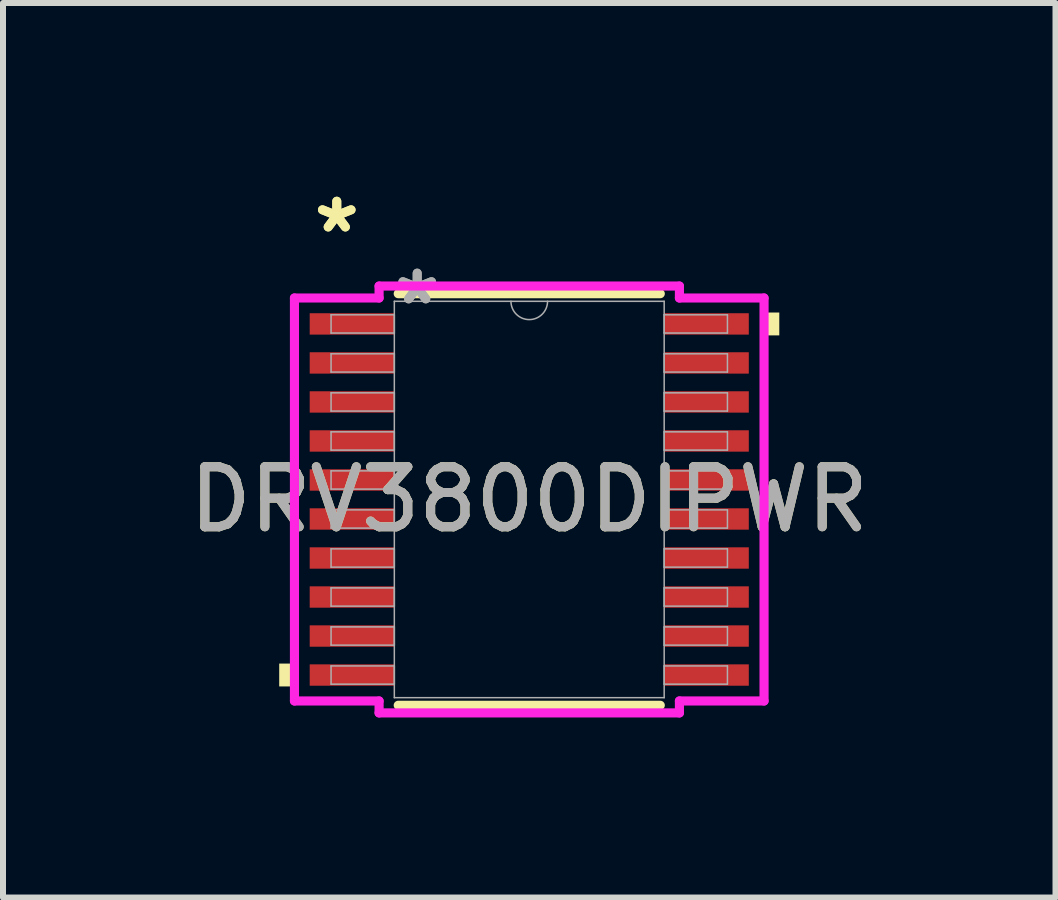
<source format=kicad_pcb>
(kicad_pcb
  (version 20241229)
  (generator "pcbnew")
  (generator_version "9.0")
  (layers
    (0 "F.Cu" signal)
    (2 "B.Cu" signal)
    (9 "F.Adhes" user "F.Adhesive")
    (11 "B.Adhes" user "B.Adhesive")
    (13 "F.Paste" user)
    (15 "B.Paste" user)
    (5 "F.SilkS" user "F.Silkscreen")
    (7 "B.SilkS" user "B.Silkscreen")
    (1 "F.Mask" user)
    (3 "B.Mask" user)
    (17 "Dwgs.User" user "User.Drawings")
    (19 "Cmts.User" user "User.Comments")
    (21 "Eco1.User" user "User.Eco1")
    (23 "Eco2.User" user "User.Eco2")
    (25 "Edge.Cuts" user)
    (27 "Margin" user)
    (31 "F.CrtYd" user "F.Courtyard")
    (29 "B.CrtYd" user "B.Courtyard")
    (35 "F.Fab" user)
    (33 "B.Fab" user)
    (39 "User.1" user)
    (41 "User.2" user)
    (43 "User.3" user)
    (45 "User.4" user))
  (footprint "DRV3800DIPWR"
    (layer "F.Cu")
    (at 5.768 5.272)
    (property "Reference" "DRV3800DIPWR" (at 0 0 0) (unlocked yes) (layer "F.SilkS") (effects (font (size 1 1) (thickness 0.15))))
    (attr smd)
    (fp_line (start -2.183 3.429) (end 2.183 3.429) (stroke (width 0.152) (type solid)) (layer "F.SilkS"))
    (fp_line (start 2.183 -3.429) (end -2.183 -3.429) (stroke (width 0.152) (type solid)) (layer "F.SilkS"))
    (fp_poly (pts (xy -4.166 2.734) (xy -4.166 3.115) (xy -3.912 3.115) (xy -3.912 2.734)) (stroke (width 0) (type solid)) (fill yes) (layer "F.SilkS"))
    (fp_poly (pts (xy 4.166 -3.115) (xy 4.166 -2.734) (xy 3.912 -2.734) (xy 3.912 -3.115)) (stroke (width 0) (type solid)) (fill yes) (layer "F.SilkS"))
    (fp_line (start -3.912 -3.357) (end -2.502 -3.357) (stroke (width 0.152) (type solid)) (layer "F.CrtYd"))
    (fp_line (start -3.912 3.357) (end -3.912 -3.357) (stroke (width 0.152) (type solid)) (layer "F.CrtYd"))
    (fp_line (start -3.912 3.357) (end -2.502 3.357) (stroke (width 0.152) (type solid)) (layer "F.CrtYd"))
    (fp_line (start -2.502 -3.556) (end 2.502 -3.556) (stroke (width 0.152) (type solid)) (layer "F.CrtYd"))
    (fp_line (start -2.502 -3.357) (end -2.502 -3.556) (stroke (width 0.152) (type solid)) (layer "F.CrtYd"))
    (fp_line (start -2.502 3.556) (end -2.502 3.357) (stroke (width 0.152) (type solid)) (layer "F.CrtYd"))
    (fp_line (start 2.502 -3.556) (end 2.502 -3.357) (stroke (width 0.152) (type solid)) (layer "F.CrtYd"))
    (fp_line (start 2.502 3.357) (end 2.502 3.556) (stroke (width 0.152) (type solid)) (layer "F.CrtYd"))
    (fp_line (start 2.502 3.556) (end -2.502 3.556) (stroke (width 0.152) (type solid)) (layer "F.CrtYd"))
    (fp_line (start 3.912 -3.357) (end 2.502 -3.357) (stroke (width 0.152) (type solid)) (layer "F.CrtYd"))
    (fp_line (start 3.912 -3.357) (end 3.912 3.357) (stroke (width 0.152) (type solid)) (layer "F.CrtYd"))
    (fp_line (start 3.912 3.357) (end 2.502 3.357) (stroke (width 0.152) (type solid)) (layer "F.CrtYd"))
    (fp_line (start -3.302 -3.077) (end -3.302 -2.773) (stroke (width 0.025) (type solid)) (layer "F.Fab"))
    (fp_line (start -3.302 -2.773) (end -2.248 -2.773) (stroke (width 0.025) (type solid)) (layer "F.Fab"))
    (fp_line (start -3.302 -2.427) (end -3.302 -2.123) (stroke (width 0.025) (type solid)) (layer "F.Fab"))
    (fp_line (start -3.302 -2.123) (end -2.248 -2.123) (stroke (width 0.025) (type solid)) (layer "F.Fab"))
    (fp_line (start -3.302 -1.777) (end -3.302 -1.473) (stroke (width 0.025) (type solid)) (layer "F.Fab"))
    (fp_line (start -3.302 -1.473) (end -2.248 -1.473) (stroke (width 0.025) (type solid)) (layer "F.Fab"))
    (fp_line (start -3.302 -1.127) (end -3.302 -0.823) (stroke (width 0.025) (type solid)) (layer "F.Fab"))
    (fp_line (start -3.302 -0.823) (end -2.248 -0.823) (stroke (width 0.025) (type solid)) (layer "F.Fab"))
    (fp_line (start -3.302 -0.477) (end -3.302 -0.173) (stroke (width 0.025) (type solid)) (layer "F.Fab"))
    (fp_line (start -3.302 -0.173) (end -2.248 -0.173) (stroke (width 0.025) (type solid)) (layer "F.Fab"))
    (fp_line (start -3.302 0.173) (end -3.302 0.477) (stroke (width 0.025) (type solid)) (layer "F.Fab"))
    (fp_line (start -3.302 0.477) (end -2.248 0.477) (stroke (width 0.025) (type solid)) (layer "F.Fab"))
    (fp_line (start -3.302 0.823) (end -3.302 1.127) (stroke (width 0.025) (type solid)) (layer "F.Fab"))
    (fp_line (start -3.302 1.127) (end -2.248 1.127) (stroke (width 0.025) (type solid)) (layer "F.Fab"))
    (fp_line (start -3.302 1.473) (end -3.302 1.777) (stroke (width 0.025) (type solid)) (layer "F.Fab"))
    (fp_line (start -3.302 1.777) (end -2.248 1.777) (stroke (width 0.025) (type solid)) (layer "F.Fab"))
    (fp_line (start -3.302 2.123) (end -3.302 2.427) (stroke (width 0.025) (type solid)) (layer "F.Fab"))
    (fp_line (start -3.302 2.427) (end -2.248 2.427) (stroke (width 0.025) (type solid)) (layer "F.Fab"))
    (fp_line (start -3.302 2.773) (end -3.302 3.077) (stroke (width 0.025) (type solid)) (layer "F.Fab"))
    (fp_line (start -3.302 3.077) (end -2.248 3.077) (stroke (width 0.025) (type solid)) (layer "F.Fab"))
    (fp_line (start -2.248 -3.302) (end -2.248 3.302) (stroke (width 0.025) (type solid)) (layer "F.Fab"))
    (fp_line (start -2.248 -3.077) (end -3.302 -3.077) (stroke (width 0.025) (type solid)) (layer "F.Fab"))
    (fp_line (start -2.248 -2.773) (end -2.248 -3.077) (stroke (width 0.025) (type solid)) (layer "F.Fab"))
    (fp_line (start -2.248 -2.427) (end -3.302 -2.427) (stroke (width 0.025) (type solid)) (layer "F.Fab"))
    (fp_line (start -2.248 -2.123) (end -2.248 -2.427) (stroke (width 0.025) (type solid)) (layer "F.Fab"))
    (fp_line (start -2.248 -1.777) (end -3.302 -1.777) (stroke (width 0.025) (type solid)) (layer "F.Fab"))
    (fp_line (start -2.248 -1.473) (end -2.248 -1.777) (stroke (width 0.025) (type solid)) (layer "F.Fab"))
    (fp_line (start -2.248 -1.127) (end -3.302 -1.127) (stroke (width 0.025) (type solid)) (layer "F.Fab"))
    (fp_line (start -2.248 -0.823) (end -2.248 -1.127) (stroke (width 0.025) (type solid)) (layer "F.Fab"))
    (fp_line (start -2.248 -0.477) (end -3.302 -0.477) (stroke (width 0.025) (type solid)) (layer "F.Fab"))
    (fp_line (start -2.248 -0.173) (end -2.248 -0.477) (stroke (width 0.025) (type solid)) (layer "F.Fab"))
    (fp_line (start -2.248 0.173) (end -3.302 0.173) (stroke (width 0.025) (type solid)) (layer "F.Fab"))
    (fp_line (start -2.248 0.477) (end -2.248 0.173) (stroke (width 0.025) (type solid)) (layer "F.Fab"))
    (fp_line (start -2.248 0.823) (end -3.302 0.823) (stroke (width 0.025) (type solid)) (layer "F.Fab"))
    (fp_line (start -2.248 1.127) (end -2.248 0.823) (stroke (width 0.025) (type solid)) (layer "F.Fab"))
    (fp_line (start -2.248 1.473) (end -3.302 1.473) (stroke (width 0.025) (type solid)) (layer "F.Fab"))
    (fp_line (start -2.248 1.777) (end -2.248 1.473) (stroke (width 0.025) (type solid)) (layer "F.Fab"))
    (fp_line (start -2.248 2.123) (end -3.302 2.123) (stroke (width 0.025) (type solid)) (layer "F.Fab"))
    (fp_line (start -2.248 2.427) (end -2.248 2.123) (stroke (width 0.025) (type solid)) (layer "F.Fab"))
    (fp_line (start -2.248 2.773) (end -3.302 2.773) (stroke (width 0.025) (type solid)) (layer "F.Fab"))
    (fp_line (start -2.248 3.077) (end -2.248 2.773) (stroke (width 0.025) (type solid)) (layer "F.Fab"))
    (fp_line (start -2.248 3.302) (end 2.248 3.302) (stroke (width 0.025) (type solid)) (layer "F.Fab"))
    (fp_line (start 2.248 -3.302) (end -2.248 -3.302) (stroke (width 0.025) (type solid)) (layer "F.Fab"))
    (fp_line (start 2.248 -3.077) (end 2.248 -2.773) (stroke (width 0.025) (type solid)) (layer "F.Fab"))
    (fp_line (start 2.248 -2.773) (end 3.302 -2.773) (stroke (width 0.025) (type solid)) (layer "F.Fab"))
    (fp_line (start 2.248 -2.427) (end 2.248 -2.123) (stroke (width 0.025) (type solid)) (layer "F.Fab"))
    (fp_line (start 2.248 -2.123) (end 3.302 -2.123) (stroke (width 0.025) (type solid)) (layer "F.Fab"))
    (fp_line (start 2.248 -1.777) (end 2.248 -1.473) (stroke (width 0.025) (type solid)) (layer "F.Fab"))
    (fp_line (start 2.248 -1.473) (end 3.302 -1.473) (stroke (width 0.025) (type solid)) (layer "F.Fab"))
    (fp_line (start 2.248 -1.127) (end 2.248 -0.823) (stroke (width 0.025) (type solid)) (layer "F.Fab"))
    (fp_line (start 2.248 -0.823) (end 3.302 -0.823) (stroke (width 0.025) (type solid)) (layer "F.Fab"))
    (fp_line (start 2.248 -0.477) (end 2.248 -0.173) (stroke (width 0.025) (type solid)) (layer "F.Fab"))
    (fp_line (start 2.248 -0.173) (end 3.302 -0.173) (stroke (width 0.025) (type solid)) (layer "F.Fab"))
    (fp_line (start 2.248 0.173) (end 2.248 0.477) (stroke (width 0.025) (type solid)) (layer "F.Fab"))
    (fp_line (start 2.248 0.477) (end 3.302 0.477) (stroke (width 0.025) (type solid)) (layer "F.Fab"))
    (fp_line (start 2.248 0.823) (end 2.248 1.127) (stroke (width 0.025) (type solid)) (layer "F.Fab"))
    (fp_line (start 2.248 1.127) (end 3.302 1.127) (stroke (width 0.025) (type solid)) (layer "F.Fab"))
    (fp_line (start 2.248 1.473) (end 2.248 1.777) (stroke (width 0.025) (type solid)) (layer "F.Fab"))
    (fp_line (start 2.248 1.777) (end 3.302 1.777) (stroke (width 0.025) (type solid)) (layer "F.Fab"))
    (fp_line (start 2.248 2.123) (end 2.248 2.427) (stroke (width 0.025) (type solid)) (layer "F.Fab"))
    (fp_line (start 2.248 2.427) (end 3.302 2.427) (stroke (width 0.025) (type solid)) (layer "F.Fab"))
    (fp_line (start 2.248 2.773) (end 2.248 3.077) (stroke (width 0.025) (type solid)) (layer "F.Fab"))
    (fp_line (start 2.248 3.077) (end 3.302 3.077) (stroke (width 0.025) (type solid)) (layer "F.Fab"))
    (fp_line (start 2.248 3.302) (end 2.248 -3.302) (stroke (width 0.025) (type solid)) (layer "F.Fab"))
    (fp_line (start 3.302 -3.077) (end 2.248 -3.077) (stroke (width 0.025) (type solid)) (layer "F.Fab"))
    (fp_line (start 3.302 -2.773) (end 3.302 -3.077) (stroke (width 0.025) (type solid)) (layer "F.Fab"))
    (fp_line (start 3.302 -2.427) (end 2.248 -2.427) (stroke (width 0.025) (type solid)) (layer "F.Fab"))
    (fp_line (start 3.302 -2.123) (end 3.302 -2.427) (stroke (width 0.025) (type solid)) (layer "F.Fab"))
    (fp_line (start 3.302 -1.777) (end 2.248 -1.777) (stroke (width 0.025) (type solid)) (layer "F.Fab"))
    (fp_line (start 3.302 -1.473) (end 3.302 -1.777) (stroke (width 0.025) (type solid)) (layer "F.Fab"))
    (fp_line (start 3.302 -1.127) (end 2.248 -1.127) (stroke (width 0.025) (type solid)) (layer "F.Fab"))
    (fp_line (start 3.302 -0.823) (end 3.302 -1.127) (stroke (width 0.025) (type solid)) (layer "F.Fab"))
    (fp_line (start 3.302 -0.477) (end 2.248 -0.477) (stroke (width 0.025) (type solid)) (layer "F.Fab"))
    (fp_line (start 3.302 -0.173) (end 3.302 -0.477) (stroke (width 0.025) (type solid)) (layer "F.Fab"))
    (fp_line (start 3.302 0.173) (end 2.248 0.173) (stroke (width 0.025) (type solid)) (layer "F.Fab"))
    (fp_line (start 3.302 0.477) (end 3.302 0.173) (stroke (width 0.025) (type solid)) (layer "F.Fab"))
    (fp_line (start 3.302 0.823) (end 2.248 0.823) (stroke (width 0.025) (type solid)) (layer "F.Fab"))
    (fp_line (start 3.302 1.127) (end 3.302 0.823) (stroke (width 0.025) (type solid)) (layer "F.Fab"))
    (fp_line (start 3.302 1.473) (end 2.248 1.473) (stroke (width 0.025) (type solid)) (layer "F.Fab"))
    (fp_line (start 3.302 1.777) (end 3.302 1.473) (stroke (width 0.025) (type solid)) (layer "F.Fab"))
    (fp_line (start 3.302 2.123) (end 2.248 2.123) (stroke (width 0.025) (type solid)) (layer "F.Fab"))
    (fp_line (start 3.302 2.427) (end 3.302 2.123) (stroke (width 0.025) (type solid)) (layer "F.Fab"))
    (fp_line (start 3.302 2.773) (end 2.248 2.773) (stroke (width 0.025) (type solid)) (layer "F.Fab"))
    (fp_line (start 3.302 3.077) (end 3.302 2.773) (stroke (width 0.025) (type solid)) (layer "F.Fab"))
    (fp_arc (start 0.3048 -3.302) (mid 0 -2.9972) (end -0.3048 -3.302) (stroke (width 0.0254) (type solid)) (layer "F.Fab"))
    (fp_text user "*" (at -3.207 -4.424 0) (unlocked yes) (layer "F.SilkS") (effects (font (size 1 1) (thickness 0.15))))
    (fp_text user "*" (at -3.207 -4.424 0) (layer "F.SilkS") (effects (font (size 1 1) (thickness 0.15))))
    (fp_text user "${REFERENCE}" (at 0 0 0) (unlocked yes) (layer "F.Fab") (effects (font (size 1 1) (thickness 0.15))))
    (fp_text user "*" (at -1.867 -3.226 0) (unlocked yes) (layer "F.Fab") (effects (font (size 1 1) (thickness 0.15))))
    (fp_text user "*" (at -1.867 -3.226 0) (layer "F.Fab") (effects (font (size 1 1) (thickness 0.15))))
    (pad "1" smd rect (at -2.953 -2.925) (size 1.41 0.356) (layers "F.Cu" "F.Mask" "F.Paste"))
    (pad "2" smd rect (at -2.953 -2.275) (size 1.41 0.356) (layers "F.Cu" "F.Mask" "F.Paste"))
    (pad "3" smd rect (at -2.953 -1.625) (size 1.41 0.356) (layers "F.Cu" "F.Mask" "F.Paste"))
    (pad "4" smd rect (at -2.953 -0.975) (size 1.41 0.356) (layers "F.Cu" "F.Mask" "F.Paste"))
    (pad "5" smd rect (at -2.953 -0.325) (size 1.41 0.356) (layers "F.Cu" "F.Mask" "F.Paste"))
    (pad "6" smd rect (at -2.953 0.325) (size 1.41 0.356) (layers "F.Cu" "F.Mask" "F.Paste"))
    (pad "7" smd rect (at -2.953 0.975) (size 1.41 0.356) (layers "F.Cu" "F.Mask" "F.Paste"))
    (pad "8" smd rect (at -2.953 1.625) (size 1.41 0.356) (layers "F.Cu" "F.Mask" "F.Paste"))
    (pad "9" smd rect (at -2.953 2.275) (size 1.41 0.356) (layers "F.Cu" "F.Mask" "F.Paste"))
    (pad "10" smd rect (at -2.953 2.925) (size 1.41 0.356) (layers "F.Cu" "F.Mask" "F.Paste"))
    (pad "11" smd rect (at 2.953 2.925) (size 1.41 0.356) (layers "F.Cu" "F.Mask" "F.Paste"))
    (pad "12" smd rect (at 2.953 2.275) (size 1.41 0.356) (layers "F.Cu" "F.Mask" "F.Paste"))
    (pad "13" smd rect (at 2.953 1.625) (size 1.41 0.356) (layers "F.Cu" "F.Mask" "F.Paste"))
    (pad "14" smd rect (at 2.953 0.975) (size 1.41 0.356) (layers "F.Cu" "F.Mask" "F.Paste"))
    (pad "15" smd rect (at 2.953 0.325) (size 1.41 0.356) (layers "F.Cu" "F.Mask" "F.Paste"))
    (pad "16" smd rect (at 2.953 -0.325) (size 1.41 0.356) (layers "F.Cu" "F.Mask" "F.Paste"))
    (pad "17" smd rect (at 2.953 -0.975) (size 1.41 0.356) (layers "F.Cu" "F.Mask" "F.Paste"))
    (pad "18" smd rect (at 2.953 -1.625) (size 1.41 0.356) (layers "F.Cu" "F.Mask" "F.Paste"))
    (pad "19" smd rect (at 2.953 -2.275) (size 1.41 0.356) (layers "F.Cu" "F.Mask" "F.Paste"))
    (pad "20" smd rect (at 2.953 -2.925) (size 1.41 0.356) (layers "F.Cu" "F.Mask" "F.Paste")))
  (gr_rect
    (start -3 -3)
    (end 14.536 11.904)
    (stroke (width 0.1) (type default))
    (fill no)
    (layer "Edge.Cuts")))
</source>
